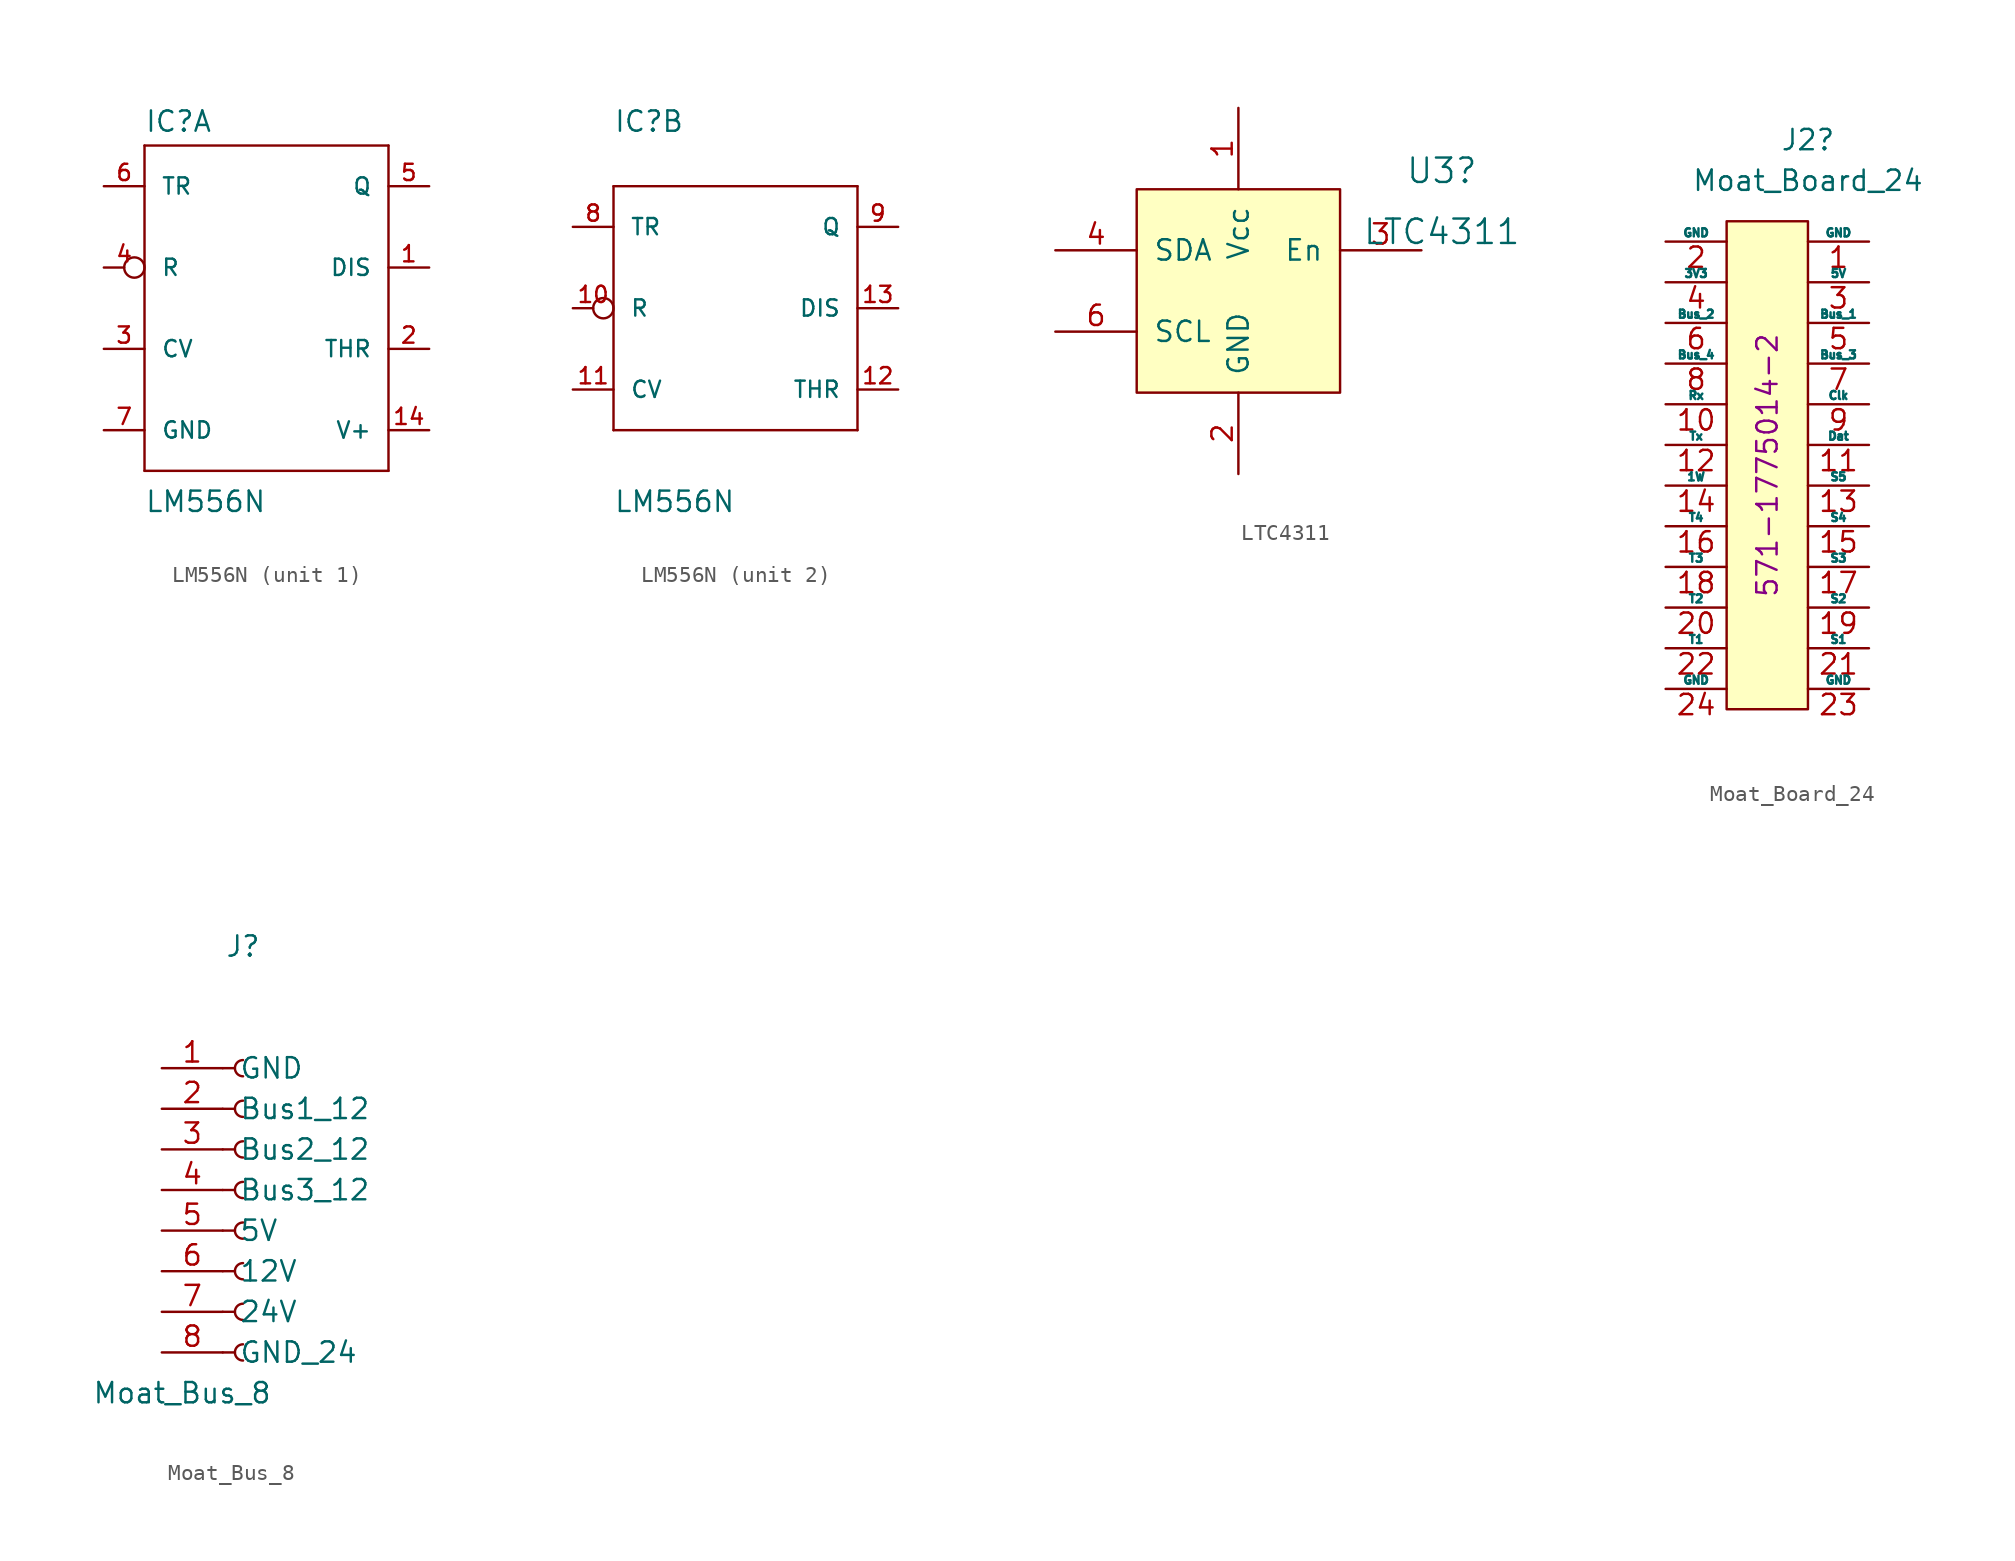
<source format=kicad_sym>
(kicad_symbol_lib
  (version 20220126)
  (generator kicad_symbol_editor)
  (symbol "LM556N"
    (pin_names
      (offset 1.016))
    (property "Reference" "IC"
      (at -7.62 10.922 0)
      (effects (font (size 1.27 1.27)) (justify left bottom)))
    (property "Value" "LM556N"
      (at -7.62 -12.827 0)
      (effects (font (size 1.27 1.27)) (justify left bottom)))
    (property "ki_locked" ""
      (at 0 0 0)
      (effects (font (size 1.27 1.27))))
    (symbol "LM556N_1_0"
      (polyline (pts (xy -7.62 -10.16) (xy 7.62 -10.16)) (stroke (width 0) (type default)) (fill (type none)))
      (polyline (pts (xy -7.62 10.16) (xy -7.62 -10.16)) (stroke (width 0) (type default)) (fill (type none)))
      (polyline (pts (xy 7.62 -10.16) (xy 7.62 10.16)) (stroke (width 0) (type default)) (fill (type none)))
      (polyline (pts (xy 7.62 10.16) (xy -7.62 10.16)) (stroke (width 0) (type default)) (fill (type none))))
    (symbol "LM556N_1_1"
      (pin input line (at 10.16 2.54 180) (length 2.54) (name "DIS" (effects (font (size 1.016 1.016)))) (number "1" (effects (font (size 1.016 1.016)))))
      (pin power_in line (at 10.16 -7.62 180) (length 2.54) (name "V+" (effects (font (size 1.016 1.016)))) (number "14" (effects (font (size 1.016 1.016)))))
      (pin input line (at 10.16 -2.54 180) (length 2.54) (name "THR" (effects (font (size 1.016 1.016)))) (number "2" (effects (font (size 1.016 1.016)))))
      (pin input line (at -10.16 -2.54 0) (length 2.54) (name "CV" (effects (font (size 1.016 1.016)))) (number "3" (effects (font (size 1.016 1.016)))))
      (pin input inverted (at -10.16 2.54 0) (length 2.54) (name "R" (effects (font (size 1.016 1.016)))) (number "4" (effects (font (size 1.016 1.016)))))
      (pin output line (at 10.16 7.62 180) (length 2.54) (name "Q" (effects (font (size 1.016 1.016)))) (number "5" (effects (font (size 1.016 1.016)))))
      (pin input line (at -10.16 7.62 0) (length 2.54) (name "TR" (effects (font (size 1.016 1.016)))) (number "6" (effects (font (size 1.016 1.016)))))
      (pin power_in line (at -10.16 -7.62 0) (length 2.54) (name "GND" (effects (font (size 1.016 1.016)))) (number "7" (effects (font (size 1.016 1.016))))))
    (symbol "LM556N_2_0"
      (polyline (pts (xy -7.62 -7.62) (xy 7.62 -7.62)) (stroke (width 0) (type default)) (fill (type none)))
      (polyline (pts (xy -7.62 7.62) (xy -7.62 -7.62)) (stroke (width 0) (type default)) (fill (type none)))
      (polyline (pts (xy 7.62 -7.62) (xy 7.62 7.62)) (stroke (width 0) (type default)) (fill (type none)))
      (polyline (pts (xy 7.62 7.62) (xy -7.62 7.62)) (stroke (width 0) (type default)) (fill (type none))))
    (symbol "LM556N_2_1"
      (pin input inverted (at -10.16 0 0) (length 2.54) (name "R" (effects (font (size 1.016 1.016)))) (number "10" (effects (font (size 1.016 1.016)))))
      (pin input line (at -10.16 -5.08 0) (length 2.54) (name "CV" (effects (font (size 1.016 1.016)))) (number "11" (effects (font (size 1.016 1.016)))))
      (pin input line (at 10.16 -5.08 180) (length 2.54) (name "THR" (effects (font (size 1.016 1.016)))) (number "12" (effects (font (size 1.016 1.016)))))
      (pin input line (at 10.16 0 180) (length 2.54) (name "DIS" (effects (font (size 1.016 1.016)))) (number "13" (effects (font (size 1.016 1.016)))))
      (pin input line (at -10.16 5.08 0) (length 2.54) (name "TR" (effects (font (size 1.016 1.016)))) (number "8" (effects (font (size 1.016 1.016)))))
      (pin output line (at 10.16 5.08 180) (length 2.54) (name "Q" (effects (font (size 1.016 1.016)))) (number "9" (effects (font (size 1.016 1.016)))))))
  (symbol "LTC4311"
    (pin_names
      (offset 1.016))
    (property "Reference" "U3"
      (at 12.7 7.506 0)
      (effects (font (size 1.524 1.524))))
    (property "Value" "LTC4311"
      (at 12.7 3.696 0)
      (effects (font (size 1.524 1.524))))
    (symbol "LTC4311_0_1"
      (rectangle (start -6.35 6.35) (end 6.35 -6.35) (stroke (width 0) (type default)) (fill (type background))))
    (symbol "LTC4311_1_1"
      (pin power_in line (at 0 11.43 270) (length 5.08) (name "Vcc" (effects (font (size 1.27 1.27)))) (number "1" (effects (font (size 1.27 1.27)))))
      (pin power_in line (at 0 -11.43 90) (length 5.08) (name "GND" (effects (font (size 1.27 1.27)))) (number "2" (effects (font (size 1.27 1.27)))))
      (pin input line (at 11.43 2.54 180) (length 5.08) (name "En" (effects (font (size 1.27 1.27)))) (number "3" (effects (font (size 1.27 1.27)))))
      (pin bidirectional line (at -11.43 2.54 0) (length 5.08) (name "SDA" (effects (font (size 1.27 1.27)))) (number "4" (effects (font (size 1.27 1.27)))))
      (pin no_connect line (at 6.35 0 0) (length 2.54) hide (name "NC" (effects (font (size 1.27 1.27)))) (number "5" (effects (font (size 1.27 1.27)))))
      (pin bidirectional line (at -11.43 -2.54 0) (length 5.08) (name "SCL" (effects (font (size 1.27 1.27)))) (number "6" (effects (font (size 1.27 1.27)))))))
  (symbol "Moat_Board_24"
    (pin_names
      (offset 0))
    (property "Reference" "J2"
      (at 2.54 20.32 0)
      (effects (font (size 1.27 1.27))))
    (property "Value" "Moat_Board_24"
      (at 2.54 17.78 0)
      (effects (font (size 1.27 1.27))))
    (property "Mouser" "571-1775014-2"
      (at 0 0 90)
      (effects (font (size 1.27 1.27))))
    (symbol "Moat_Board_24_1_1"
      (rectangle (start 2.54 15.24) (end -2.54 -15.24) (stroke (width 0) (type default)) (fill (type background)))
      (pin power_in line (at 6.35 13.97 180) (length 3.81) (name "GND" (effects (font (size 0.508 0.508)))) (number "1" (effects (font (size 1.27 1.27)))))
      (pin input line (at -6.35 3.81 0) (length 3.81) (name "Rx" (effects (font (size 0.508 0.508)))) (number "10" (effects (font (size 1.27 1.27)))))
      (pin open_collector line (at 6.35 1.27 180) (length 3.81) (name "Dat" (effects (font (size 0.508 0.508)))) (number "11" (effects (font (size 1.27 1.27)))))
      (pin output line (at -6.35 1.27 0) (length 3.81) (name "Tx" (effects (font (size 0.508 0.508)))) (number "12" (effects (font (size 1.27 1.27)))))
      (pin input line (at 6.35 -1.27 180) (length 3.81) (name "S5" (effects (font (size 0.508 0.508)))) (number "13" (effects (font (size 1.27 1.27)))))
      (pin bidirectional line (at -6.35 -1.27 0) (length 3.81) (name "1W" (effects (font (size 0.508 0.508)))) (number "14" (effects (font (size 1.27 1.27)))))
      (pin input line (at 6.35 -3.81 180) (length 3.81) (name "S4" (effects (font (size 0.508 0.508)))) (number "15" (effects (font (size 1.27 1.27)))))
      (pin output line (at -6.35 -3.81 0) (length 3.81) (name "T4" (effects (font (size 0.508 0.508)))) (number "16" (effects (font (size 1.27 1.27)))))
      (pin input line (at 6.35 -6.35 180) (length 3.81) (name "S3" (effects (font (size 0.508 0.508)))) (number "17" (effects (font (size 1.27 1.27)))))
      (pin output line (at -6.35 -6.35 0) (length 3.81) (name "T3" (effects (font (size 0.508 0.508)))) (number "18" (effects (font (size 1.27 1.27)))))
      (pin input line (at 6.35 -8.89 180) (length 3.81) (name "S2" (effects (font (size 0.508 0.508)))) (number "19" (effects (font (size 1.27 1.27)))))
      (pin power_in line (at -6.35 13.97 0) (length 3.81) (name "GND" (effects (font (size 0.508 0.508)))) (number "2" (effects (font (size 1.27 1.27)))))
      (pin output line (at -6.35 -8.89 0) (length 3.81) (name "T2" (effects (font (size 0.508 0.508)))) (number "20" (effects (font (size 1.27 1.27)))))
      (pin input line (at 6.35 -11.43 180) (length 3.81) (name "S1" (effects (font (size 0.508 0.508)))) (number "21" (effects (font (size 1.27 1.27)))))
      (pin output line (at -6.35 -11.43 0) (length 3.81) (name "T1" (effects (font (size 0.508 0.508)))) (number "22" (effects (font (size 1.27 1.27)))))
      (pin power_in line (at 6.35 -13.97 180) (length 3.81) (name "GND" (effects (font (size 0.508 0.508)))) (number "23" (effects (font (size 1.27 1.27)))))
      (pin power_in line (at -6.35 -13.97 0) (length 3.81) (name "GND" (effects (font (size 0.508 0.508)))) (number "24" (effects (font (size 1.27 1.27)))))
      (pin power_in line (at 6.35 11.43 180) (length 3.81) (name "5V" (effects (font (size 0.508 0.508)))) (number "3" (effects (font (size 1.27 1.27)))))
      (pin power_out line (at -6.35 11.43 0) (length 3.81) (name "3V3" (effects (font (size 0.508 0.508)))) (number "4" (effects (font (size 1.27 1.27)))))
      (pin bidirectional line (at 6.35 8.89 180) (length 3.81) (name "Bus_1" (effects (font (size 0.508 0.508)))) (number "5" (effects (font (size 1.27 1.27)))))
      (pin bidirectional line (at -6.35 8.89 0) (length 3.81) (name "Bus_2" (effects (font (size 0.508 0.508)))) (number "6" (effects (font (size 1.27 1.27)))))
      (pin bidirectional line (at 6.35 6.35 180) (length 3.81) (name "Bus_3" (effects (font (size 0.508 0.508)))) (number "7" (effects (font (size 1.27 1.27)))))
      (pin bidirectional line (at -6.35 6.35 0) (length 3.81) (name "Bus_4" (effects (font (size 0.508 0.508)))) (number "8" (effects (font (size 1.27 1.27)))))
      (pin open_collector line (at 6.35 3.81 180) (length 3.81) (name "Clk" (effects (font (size 0.508 0.508)))) (number "9" (effects (font (size 1.27 1.27)))))))
  (symbol "Moat_Bus_8"
    (pin_names
      (offset 1.016))
    (property "Reference" "J"
      (at 0 20.32 0)
      (effects (font (size 1.27 1.27))))
    (property "Value" "Moat_Bus_8"
      (at -3.81 -7.62 0)
      (effects (font (size 1.27 1.27))))
    (symbol "Moat_Bus_8_1_1"
      (arc (start 0 -4.572) (mid -0.5058 -5.08) (end 0 -5.588) (stroke (width 0.1524) (type default)) (fill (type none)))
      (arc (start 0 -2.032) (mid -0.5058 -2.54) (end 0 -3.048) (stroke (width 0.1524) (type default)) (fill (type none)))
      (polyline (pts (xy -1.27 -5.08) (xy -0.508 -5.08)) (stroke (width 0.152) (type default)) (fill (type none)))
      (polyline (pts (xy -1.27 -2.54) (xy -0.508 -2.54)) (stroke (width 0.152) (type default)) (fill (type none)))
      (polyline (pts (xy -1.27 0) (xy -0.508 0)) (stroke (width 0.152) (type default)) (fill (type none)))
      (polyline (pts (xy -1.27 2.54) (xy -0.508 2.54)) (stroke (width 0.152) (type default)) (fill (type none)))
      (polyline (pts (xy -1.27 5.08) (xy -0.508 5.08)) (stroke (width 0.152) (type default)) (fill (type none)))
      (polyline (pts (xy -1.27 7.62) (xy -0.508 7.62)) (stroke (width 0.152) (type default)) (fill (type none)))
      (polyline (pts (xy -1.27 10.16) (xy -0.508 10.16)) (stroke (width 0.152) (type default)) (fill (type none)))
      (polyline (pts (xy -1.27 12.7) (xy -0.508 12.7)) (stroke (width 0.152) (type default)) (fill (type none)))
      (arc (start 0 0.508) (mid -0.5058 0) (end 0 -0.508) (stroke (width 0.1524) (type default)) (fill (type none)))
      (arc (start 0 3.048) (mid -0.5058 2.54) (end 0 2.032) (stroke (width 0.1524) (type default)) (fill (type none)))
      (arc (start 0 5.588) (mid -0.5058 5.08) (end 0 4.572) (stroke (width 0.1524) (type default)) (fill (type none)))
      (arc (start 0 8.128) (mid -0.5058 7.62) (end 0 7.112) (stroke (width 0.1524) (type default)) (fill (type none)))
      (arc (start 0 10.668) (mid -0.5058 10.16) (end 0 9.652) (stroke (width 0.1524) (type default)) (fill (type none)))
      (arc (start 0 13.208) (mid -0.5058 12.7) (end 0 12.192) (stroke (width 0.1524) (type default)) (fill (type none)))
      (pin power_in line (at -5.08 12.7 0) (length 3.81) (name "GND" (effects (font (size 1.27 1.27)))) (number "1" (effects (font (size 1.27 1.27)))))
      (pin bidirectional line (at -5.08 10.16 0) (length 3.81) (name "Bus1_12" (effects (font (size 1.27 1.27)))) (number "2" (effects (font (size 1.27 1.27)))))
      (pin bidirectional line (at -5.08 7.62 0) (length 3.81) (name "Bus2_12" (effects (font (size 1.27 1.27)))) (number "3" (effects (font (size 1.27 1.27)))))
      (pin bidirectional line (at -5.08 5.08 0) (length 3.81) (name "Bus3_12" (effects (font (size 1.27 1.27)))) (number "4" (effects (font (size 1.27 1.27)))))
      (pin power_in line (at -5.08 2.54 0) (length 3.81) (name "5V" (effects (font (size 1.27 1.27)))) (number "5" (effects (font (size 1.27 1.27)))))
      (pin power_in line (at -5.08 0 0) (length 3.81) (name "12V" (effects (font (size 1.27 1.27)))) (number "6" (effects (font (size 1.27 1.27)))))
      (pin power_in line (at -5.08 -2.54 0) (length 3.81) (name "24V" (effects (font (size 1.27 1.27)))) (number "7" (effects (font (size 1.27 1.27)))))
      (pin power_in line (at -5.08 -5.08 0) (length 3.81) (name "GND_24" (effects (font (size 1.27 1.27)))) (number "8" (effects (font (size 1.27 1.27))))))))
</source>
